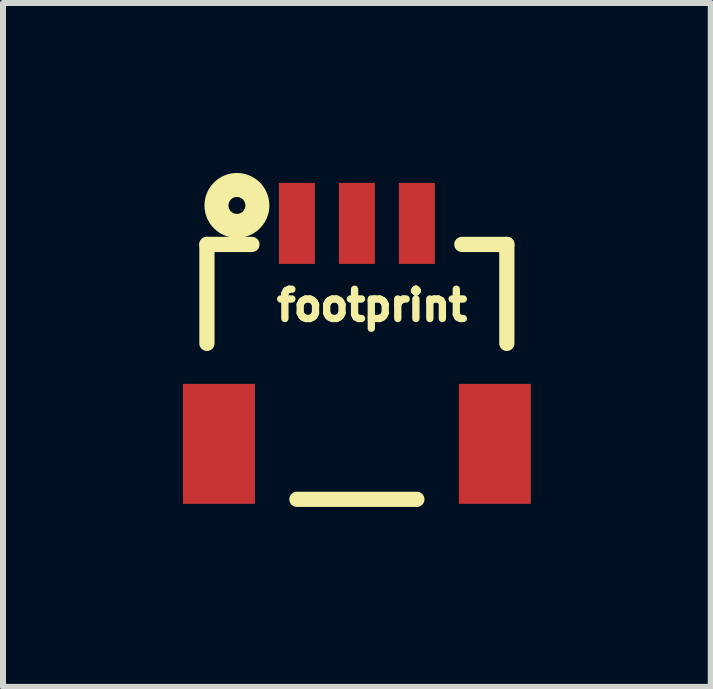
<source format=kicad_pcb>
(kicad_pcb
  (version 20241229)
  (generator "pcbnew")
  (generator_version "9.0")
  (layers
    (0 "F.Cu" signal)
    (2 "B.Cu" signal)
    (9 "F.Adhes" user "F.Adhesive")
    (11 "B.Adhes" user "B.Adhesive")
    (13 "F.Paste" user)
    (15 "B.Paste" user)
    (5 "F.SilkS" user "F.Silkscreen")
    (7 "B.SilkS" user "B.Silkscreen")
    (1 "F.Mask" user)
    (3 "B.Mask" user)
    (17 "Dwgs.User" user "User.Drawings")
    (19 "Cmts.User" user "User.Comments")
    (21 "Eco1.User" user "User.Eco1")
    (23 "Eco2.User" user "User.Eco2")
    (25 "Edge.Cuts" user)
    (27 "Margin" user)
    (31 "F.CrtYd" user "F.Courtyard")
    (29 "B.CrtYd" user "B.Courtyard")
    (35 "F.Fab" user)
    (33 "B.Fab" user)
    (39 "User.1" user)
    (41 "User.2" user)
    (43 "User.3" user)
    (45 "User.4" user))
  (footprint "footprint"
    (layer "F.Cu")
    (at 2.9 0.675)
    (property "Reference" "footprint" (at -1.397 1.651 0) (layer "F.SilkS") (effects (font (size 0.488 0.488) (thickness 0.122)) (justify left bottom)))
    (fp_line (start -2.5 0.35) (end -1.75 0.35) (stroke (width 0.254) (type solid)) (layer "F.SilkS"))
    (fp_line (start -2.5 2) (end -2.5 0.35) (stroke (width 0.254) (type solid)) (layer "F.SilkS"))
    (fp_line (start -1 4.6) (end 1 4.6) (stroke (width 0.254) (type solid)) (layer "F.SilkS"))
    (fp_line (start 1.75 0.35) (end 2.5 0.35) (stroke (width 0.254) (type solid)) (layer "F.SilkS"))
    (fp_line (start 2.5 0.35) (end 2.5 2) (stroke (width 0.254) (type solid)) (layer "F.SilkS"))
    (fp_circle (center -2 -0.3) (end -1.859 -0.3) (stroke (width 0.4) (type solid)) (fill no) (layer "F.SilkS"))
    (pad "1" smd rect (at -1 0) (size 0.6 1.35) (layers "F.Cu" "F.Mask" "F.Paste"))
    (pad "2" smd rect (at 0 0) (size 0.6 1.35) (layers "F.Cu" "F.Mask" "F.Paste"))
    (pad "3" smd rect (at 1 0) (size 0.6 1.35) (layers "F.Cu" "F.Mask" "F.Paste"))
    (pad "NC1" smd rect (at 2.3 3.675) (size 1.2 2) (layers "F.Cu" "F.Mask" "F.Paste"))
    (pad "NC2" smd rect (at -2.3 3.675) (size 1.2 2) (layers "F.Cu" "F.Mask" "F.Paste")))
  (gr_rect
    (start -3 -3)
    (end 8.8 8.402)
    (stroke (width 0.1) (type default))
    (fill no)
    (layer "Edge.Cuts")))
</source>
